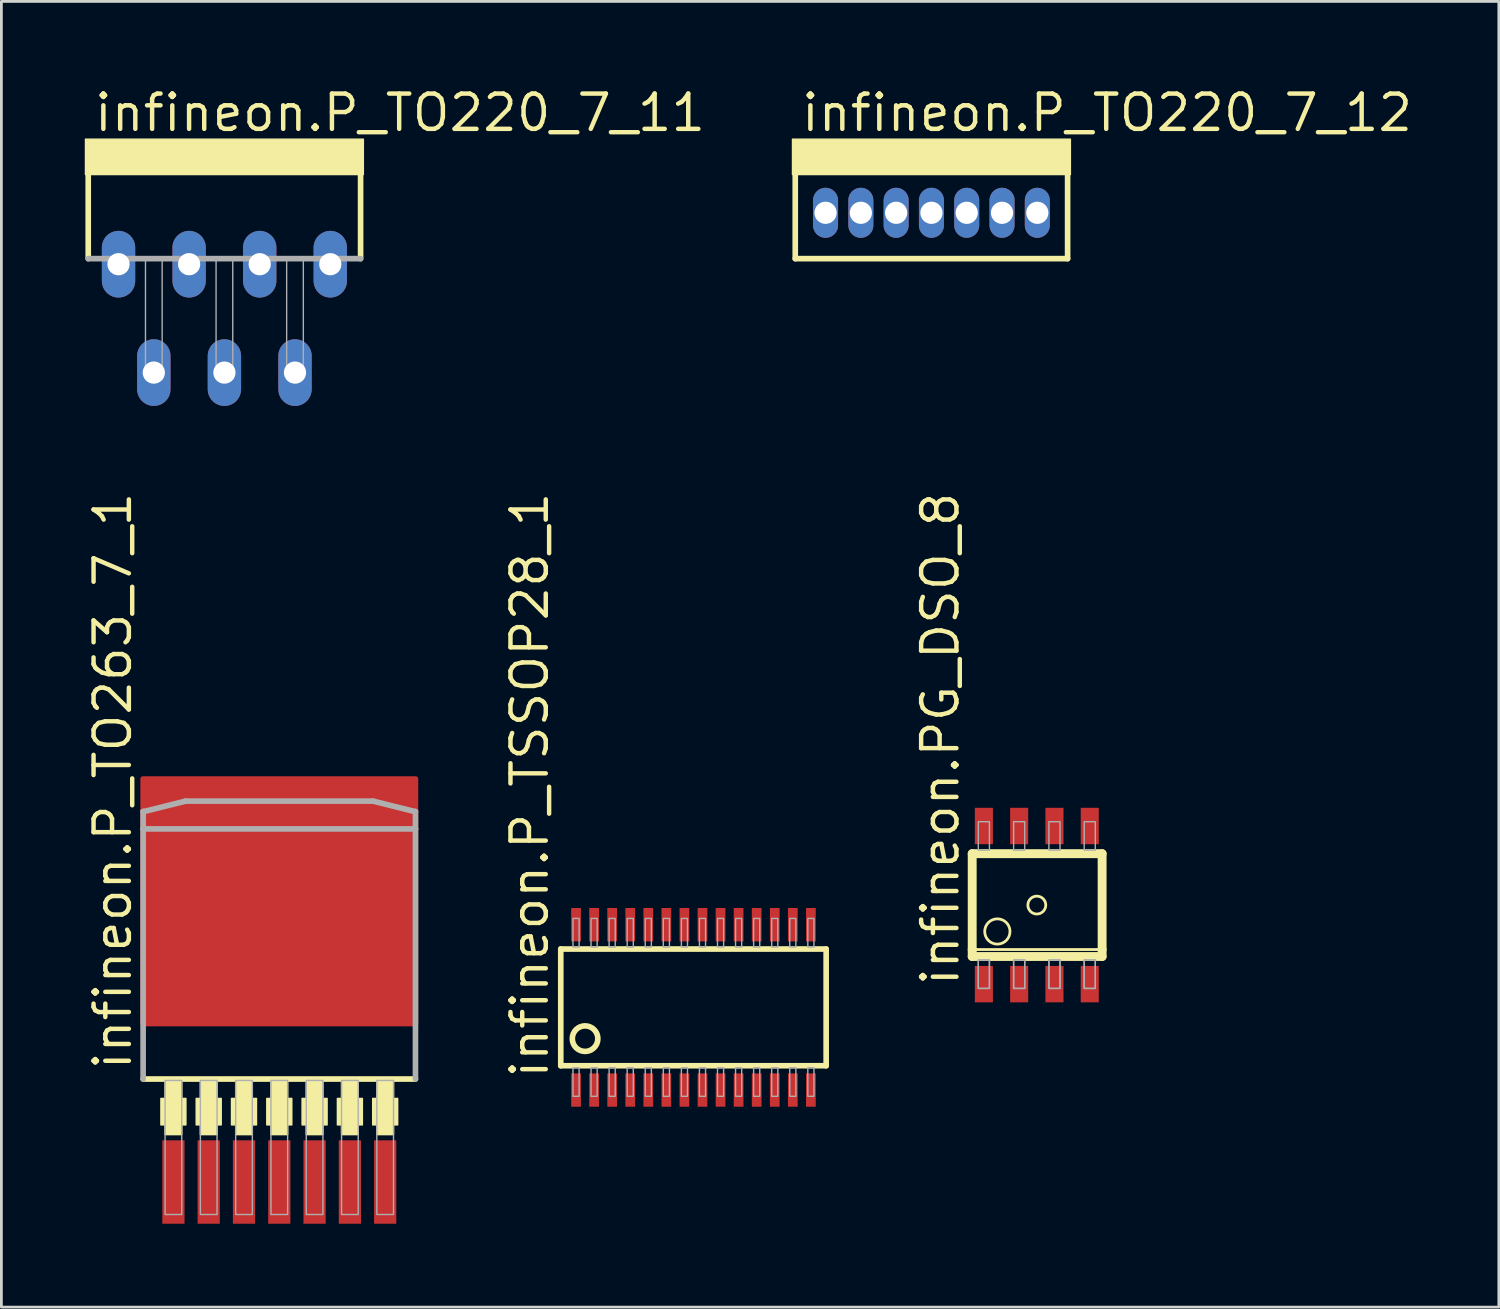
<source format=kicad_pcb>
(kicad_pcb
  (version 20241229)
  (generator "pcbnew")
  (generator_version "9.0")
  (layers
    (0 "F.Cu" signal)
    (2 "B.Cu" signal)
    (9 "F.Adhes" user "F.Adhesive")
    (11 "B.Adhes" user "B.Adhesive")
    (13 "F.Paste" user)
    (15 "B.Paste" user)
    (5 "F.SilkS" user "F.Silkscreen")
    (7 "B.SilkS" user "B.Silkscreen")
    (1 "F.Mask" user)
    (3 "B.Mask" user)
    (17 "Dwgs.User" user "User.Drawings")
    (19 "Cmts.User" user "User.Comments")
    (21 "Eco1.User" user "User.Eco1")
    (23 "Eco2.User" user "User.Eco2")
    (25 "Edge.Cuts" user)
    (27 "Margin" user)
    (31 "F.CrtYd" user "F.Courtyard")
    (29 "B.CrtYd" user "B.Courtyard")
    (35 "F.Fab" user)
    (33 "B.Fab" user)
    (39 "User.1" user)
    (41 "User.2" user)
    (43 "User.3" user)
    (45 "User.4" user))
  (footprint "infineon.P_TSSOP28_1"
    (layer "F.Cu")
    (at 21.903 33.199)
    (property "Reference" "infineon.P_TSSOP28_1" (at -5.151 2.63 90) (layer "F.SilkS") (effects (font (size 1.27 1.27) (thickness 0.16)) (justify left bottom)))
    (attr smd)
    (fp_line (start -4.775 -2.1) (end -4.775 2.1) (stroke (width 0.203) (type default)) (layer "F.SilkS"))
    (fp_line (start -4.775 2.1) (end 4.775 2.1) (stroke (width 0.203) (type default)) (layer "F.SilkS"))
    (fp_line (start 4.775 -2.1) (end -4.775 -2.1) (stroke (width 0.203) (type default)) (layer "F.SilkS"))
    (fp_line (start 4.775 2.1) (end 4.775 -2.1) (stroke (width 0.203) (type default)) (layer "F.SilkS"))
    (fp_circle (center -3.9 1.125) (end -3.44 1.125) (stroke (width 0.203) (type default)) (fill no) (layer "F.SilkS"))
    (fp_rect (start -4.335 -2.17) (end -4.115 -3.2) (stroke (width 0.05) (type default)) (fill no) (layer "F.Fab"))
    (fp_rect (start -4.335 3.2) (end -4.115 2.17) (stroke (width 0.05) (type default)) (fill no) (layer "F.Fab"))
    (fp_rect (start -3.685 -2.17) (end -3.465 -3.2) (stroke (width 0.05) (type default)) (fill no) (layer "F.Fab"))
    (fp_rect (start -3.685 3.2) (end -3.465 2.17) (stroke (width 0.05) (type default)) (fill no) (layer "F.Fab"))
    (fp_rect (start -3.035 -2.17) (end -2.815 -3.2) (stroke (width 0.05) (type default)) (fill no) (layer "F.Fab"))
    (fp_rect (start -3.035 3.2) (end -2.815 2.17) (stroke (width 0.05) (type default)) (fill no) (layer "F.Fab"))
    (fp_rect (start -2.385 -2.17) (end -2.165 -3.2) (stroke (width 0.05) (type default)) (fill no) (layer "F.Fab"))
    (fp_rect (start -2.385 3.2) (end -2.165 2.17) (stroke (width 0.05) (type default)) (fill no) (layer "F.Fab"))
    (fp_rect (start -1.735 -2.17) (end -1.515 -3.2) (stroke (width 0.05) (type default)) (fill no) (layer "F.Fab"))
    (fp_rect (start -1.735 3.2) (end -1.515 2.17) (stroke (width 0.05) (type default)) (fill no) (layer "F.Fab"))
    (fp_rect (start -1.085 -2.17) (end -0.865 -3.2) (stroke (width 0.05) (type default)) (fill no) (layer "F.Fab"))
    (fp_rect (start -1.085 3.2) (end -0.865 2.17) (stroke (width 0.05) (type default)) (fill no) (layer "F.Fab"))
    (fp_rect (start -0.435 -2.17) (end -0.215 -3.2) (stroke (width 0.05) (type default)) (fill no) (layer "F.Fab"))
    (fp_rect (start -0.435 3.2) (end -0.215 2.17) (stroke (width 0.05) (type default)) (fill no) (layer "F.Fab"))
    (fp_rect (start 0.215 -2.17) (end 0.435 -3.2) (stroke (width 0.05) (type default)) (fill no) (layer "F.Fab"))
    (fp_rect (start 0.215 3.2) (end 0.435 2.17) (stroke (width 0.05) (type default)) (fill no) (layer "F.Fab"))
    (fp_rect (start 0.865 -2.17) (end 1.085 -3.2) (stroke (width 0.05) (type default)) (fill no) (layer "F.Fab"))
    (fp_rect (start 0.865 3.2) (end 1.085 2.17) (stroke (width 0.05) (type default)) (fill no) (layer "F.Fab"))
    (fp_rect (start 1.515 -2.17) (end 1.735 -3.2) (stroke (width 0.05) (type default)) (fill no) (layer "F.Fab"))
    (fp_rect (start 1.515 3.2) (end 1.735 2.17) (stroke (width 0.05) (type default)) (fill no) (layer "F.Fab"))
    (fp_rect (start 2.165 -2.17) (end 2.385 -3.2) (stroke (width 0.05) (type default)) (fill no) (layer "F.Fab"))
    (fp_rect (start 2.165 3.2) (end 2.385 2.17) (stroke (width 0.05) (type default)) (fill no) (layer "F.Fab"))
    (fp_rect (start 2.815 -2.17) (end 3.035 -3.2) (stroke (width 0.05) (type default)) (fill no) (layer "F.Fab"))
    (fp_rect (start 2.815 3.2) (end 3.035 2.17) (stroke (width 0.05) (type default)) (fill no) (layer "F.Fab"))
    (fp_rect (start 3.465 -2.17) (end 3.685 -3.2) (stroke (width 0.05) (type default)) (fill no) (layer "F.Fab"))
    (fp_rect (start 3.465 3.2) (end 3.685 2.17) (stroke (width 0.05) (type default)) (fill no) (layer "F.Fab"))
    (fp_rect (start 4.115 -2.17) (end 4.335 -3.2) (stroke (width 0.05) (type default)) (fill no) (layer "F.Fab"))
    (fp_rect (start 4.115 3.2) (end 4.335 2.17) (stroke (width 0.05) (type default)) (fill no) (layer "F.Fab"))
    (pad "1" smd roundrect (at -4.225 2.975) (size 0.35 1.2) (layers "F.Cu" "F.Mask" "F.Paste") (roundrect_rratio 0.01))
    (pad "2" smd roundrect (at -3.575 2.975) (size 0.35 1.2) (layers "F.Cu" "F.Mask" "F.Paste") (roundrect_rratio 0.01))
    (pad "3" smd roundrect (at -2.925 2.975) (size 0.35 1.2) (layers "F.Cu" "F.Mask" "F.Paste") (roundrect_rratio 0.01))
    (pad "4" smd roundrect (at -2.275 2.975) (size 0.35 1.2) (layers "F.Cu" "F.Mask" "F.Paste") (roundrect_rratio 0.01))
    (pad "5" smd roundrect (at -1.625 2.975) (size 0.35 1.2) (layers "F.Cu" "F.Mask" "F.Paste") (roundrect_rratio 0.01))
    (pad "6" smd roundrect (at -0.975 2.975) (size 0.35 1.2) (layers "F.Cu" "F.Mask" "F.Paste") (roundrect_rratio 0.01))
    (pad "7" smd roundrect (at -0.325 2.975) (size 0.35 1.2) (layers "F.Cu" "F.Mask" "F.Paste") (roundrect_rratio 0.01))
    (pad "8" smd roundrect (at 0.325 2.975) (size 0.35 1.2) (layers "F.Cu" "F.Mask" "F.Paste") (roundrect_rratio 0.01))
    (pad "9" smd roundrect (at 0.975 2.975) (size 0.35 1.2) (layers "F.Cu" "F.Mask" "F.Paste") (roundrect_rratio 0.01))
    (pad "10" smd roundrect (at 1.625 2.975) (size 0.35 1.2) (layers "F.Cu" "F.Mask" "F.Paste") (roundrect_rratio 0.01))
    (pad "11" smd roundrect (at 2.275 2.975) (size 0.35 1.2) (layers "F.Cu" "F.Mask" "F.Paste") (roundrect_rratio 0.01))
    (pad "12" smd roundrect (at 2.925 2.975) (size 0.35 1.2) (layers "F.Cu" "F.Mask" "F.Paste") (roundrect_rratio 0.01))
    (pad "13" smd roundrect (at 3.575 2.975) (size 0.35 1.2) (layers "F.Cu" "F.Mask" "F.Paste") (roundrect_rratio 0.01))
    (pad "14" smd roundrect (at 4.225 2.975) (size 0.35 1.2) (layers "F.Cu" "F.Mask" "F.Paste") (roundrect_rratio 0.01))
    (pad "15" smd roundrect (at 4.225 -2.975) (size 0.35 1.2) (layers "F.Cu" "F.Mask" "F.Paste") (roundrect_rratio 0.01))
    (pad "16" smd roundrect (at 3.575 -2.975) (size 0.35 1.2) (layers "F.Cu" "F.Mask" "F.Paste") (roundrect_rratio 0.01))
    (pad "17" smd roundrect (at 2.925 -2.975) (size 0.35 1.2) (layers "F.Cu" "F.Mask" "F.Paste") (roundrect_rratio 0.01))
    (pad "18" smd roundrect (at 2.275 -2.975) (size 0.35 1.2) (layers "F.Cu" "F.Mask" "F.Paste") (roundrect_rratio 0.01))
    (pad "19" smd roundrect (at 1.625 -2.975) (size 0.35 1.2) (layers "F.Cu" "F.Mask" "F.Paste") (roundrect_rratio 0.01))
    (pad "20" smd roundrect (at 0.975 -2.975) (size 0.35 1.2) (layers "F.Cu" "F.Mask" "F.Paste") (roundrect_rratio 0.01))
    (pad "21" smd roundrect (at 0.325 -2.975) (size 0.35 1.2) (layers "F.Cu" "F.Mask" "F.Paste") (roundrect_rratio 0.01))
    (pad "22" smd roundrect (at -0.325 -2.975) (size 0.35 1.2) (layers "F.Cu" "F.Mask" "F.Paste") (roundrect_rratio 0.01))
    (pad "23" smd roundrect (at -0.975 -2.975) (size 0.35 1.2) (layers "F.Cu" "F.Mask" "F.Paste") (roundrect_rratio 0.01))
    (pad "24" smd roundrect (at -1.625 -2.975) (size 0.35 1.2) (layers "F.Cu" "F.Mask" "F.Paste") (roundrect_rratio 0.01))
    (pad "25" smd roundrect (at -2.275 -2.975) (size 0.35 1.2) (layers "F.Cu" "F.Mask" "F.Paste") (roundrect_rratio 0.01))
    (pad "26" smd roundrect (at -2.925 -2.975) (size 0.35 1.2) (layers "F.Cu" "F.Mask" "F.Paste") (roundrect_rratio 0.01))
    (pad "27" smd roundrect (at -3.575 -2.975) (size 0.35 1.2) (layers "F.Cu" "F.Mask" "F.Paste") (roundrect_rratio 0.01))
    (pad "28" smd roundrect (at -4.225 -2.975) (size 0.35 1.2) (layers "F.Cu" "F.Mask" "F.Paste") (roundrect_rratio 0.01)))
  (footprint "infineon.PG_DSO_8"
    (layer "F.Cu")
    (at 34.258 29.518)
    (property "Reference" "infineon.PG_DSO_8" (at -2.729 2.985 90) (layer "F.SilkS") (effects (font (size 1.27 1.27) (thickness 0.16)) (justify left bottom)))
    (attr smd)
    (fp_line (start -2.325 -1.85) (end 2.35 -1.85) (stroke (width 0.32) (type default)) (layer "F.SilkS"))
    (fp_line (start -2.325 1.6) (end -2.325 -1.85) (stroke (width 0.32) (type default)) (layer "F.SilkS"))
    (fp_line (start -2.325 1.85) (end -2.325 1.6) (stroke (width 0.32) (type default)) (layer "F.SilkS"))
    (fp_line (start 2.35 -1.85) (end 2.35 1.6) (stroke (width 0.32) (type default)) (layer "F.SilkS"))
    (fp_line (start 2.35 1.6) (end -2.325 1.6) (stroke (width 0.1) (type default)) (layer "F.SilkS"))
    (fp_line (start 2.35 1.6) (end 2.35 1.85) (stroke (width 0.32) (type default)) (layer "F.SilkS"))
    (fp_line (start 2.35 1.85) (end -2.325 1.85) (stroke (width 0.32) (type default)) (layer "F.SilkS"))
    (fp_circle (center -1.42 0.95) (end -0.965 0.95) (stroke (width 0.1) (type default)) (fill no) (layer "F.SilkS"))
    (fp_circle (center 0 0) (end 0.322 0) (stroke (width 0.1) (type default)) (fill no) (layer "F.SilkS"))
    (fp_rect (start -2.105 -1.975) (end -1.705 -3) (stroke (width 0.05) (type default)) (fill no) (layer "F.Fab"))
    (fp_rect (start -2.105 3) (end -1.705 1.975) (stroke (width 0.05) (type default)) (fill no) (layer "F.Fab"))
    (fp_rect (start -2.105 3) (end -1.705 1.975) (stroke (width 0.05) (type default)) (fill no) (layer "F.Fab"))
    (fp_rect (start -0.835 -1.975) (end -0.435 -3) (stroke (width 0.05) (type default)) (fill no) (layer "F.Fab"))
    (fp_rect (start -0.835 3) (end -0.435 1.975) (stroke (width 0.05) (type default)) (fill no) (layer "F.Fab"))
    (fp_rect (start -0.835 3) (end -0.435 1.975) (stroke (width 0.05) (type default)) (fill no) (layer "F.Fab"))
    (fp_rect (start 0.435 -1.975) (end 0.835 -3) (stroke (width 0.05) (type default)) (fill no) (layer "F.Fab"))
    (fp_rect (start 0.435 3) (end 0.835 1.975) (stroke (width 0.05) (type default)) (fill no) (layer "F.Fab"))
    (fp_rect (start 0.435 3) (end 0.835 1.975) (stroke (width 0.05) (type default)) (fill no) (layer "F.Fab"))
    (fp_rect (start 1.705 -1.975) (end 2.105 -3) (stroke (width 0.05) (type default)) (fill no) (layer "F.Fab"))
    (fp_rect (start 1.705 3) (end 2.105 1.975) (stroke (width 0.05) (type default)) (fill no) (layer "F.Fab"))
    (fp_rect (start 1.705 3) (end 2.105 1.975) (stroke (width 0.05) (type default)) (fill no) (layer "F.Fab"))
    (pad "1" smd roundrect (at -1.905 2.845) (size 0.65 1.31) (layers "F.Cu" "F.Mask" "F.Paste") (roundrect_rratio 0.01))
    (pad "2" smd roundrect (at -0.635 2.845) (size 0.65 1.31) (layers "F.Cu" "F.Mask" "F.Paste") (roundrect_rratio 0.01))
    (pad "3" smd roundrect (at 0.635 2.845) (size 0.65 1.31) (layers "F.Cu" "F.Mask" "F.Paste") (roundrect_rratio 0.01))
    (pad "4" smd roundrect (at 1.905 2.845) (size 0.65 1.31) (layers "F.Cu" "F.Mask" "F.Paste") (roundrect_rratio 0.01))
    (pad "5" smd roundrect (at 1.905 -2.845 180) (size 0.65 1.31) (layers "F.Cu" "F.Mask" "F.Paste") (roundrect_rratio 0.01))
    (pad "6" smd roundrect (at 0.635 -2.845 180) (size 0.65 1.31) (layers "F.Cu" "F.Mask" "F.Paste") (roundrect_rratio 0.01))
    (pad "7" smd roundrect (at -0.635 -2.845 180) (size 0.65 1.31) (layers "F.Cu" "F.Mask" "F.Paste") (roundrect_rratio 0.01))
    (pad "8" smd roundrect (at -1.905 -2.845 180) (size 0.65 1.31) (layers "F.Cu" "F.Mask" "F.Paste") (roundrect_rratio 0.01)))
  (footprint "infineon.P_TO220_7_11"
    (layer "F.Cu")
    (at 5.025 4.607)
    (property "Reference" "infineon.P_TO220_7_11" (at -4.763 -2.857 0) (layer "F.SilkS") (effects (font (size 1.27 1.27) (thickness 0.16)) (justify left bottom)))
    (attr through_hole)
    (fp_line (start -4.9 -1.4) (end -4.9 1.65) (stroke (width 0.203) (type default)) (layer "F.SilkS"))
    (fp_line (start 4.9 1.65) (end 4.9 -1.4) (stroke (width 0.203) (type default)) (layer "F.SilkS"))
    (fp_rect (start -5 -1.375) (end 5 -2.65) (stroke (width 0.05) (type default)) (fill yes) (layer "F.SilkS"))
    (fp_line (start -4.9 1.65) (end 4.9 1.65) (stroke (width 0.203) (type default)) (layer "F.Fab"))
    (fp_rect (start -4.11 2.075) (end -3.51 1.587) (stroke (width 0.05) (type default)) (fill no) (layer "F.Fab"))
    (fp_rect (start -2.84 5.975) (end -2.24 1.587) (stroke (width 0.05) (type default)) (fill no) (layer "F.Fab"))
    (fp_rect (start -1.57 2.075) (end -0.97 1.587) (stroke (width 0.05) (type default)) (fill no) (layer "F.Fab"))
    (fp_rect (start -0.3 5.975) (end 0.3 1.587) (stroke (width 0.05) (type default)) (fill no) (layer "F.Fab"))
    (fp_rect (start 0.97 2.075) (end 1.57 1.587) (stroke (width 0.05) (type default)) (fill no) (layer "F.Fab"))
    (fp_rect (start 2.24 5.975) (end 2.84 1.587) (stroke (width 0.05) (type default)) (fill no) (layer "F.Fab"))
    (fp_rect (start 3.51 2.075) (end 4.11 1.587) (stroke (width 0.05) (type default)) (fill no) (layer "F.Fab"))
    (pad "1" thru_hole oval (at -3.81 1.85 90) (size 2.4 1.2) (drill 0.8) (layers "*.Cu" "*.Mask"))
    (pad "2" thru_hole oval (at -2.54 5.75 90) (size 2.4 1.2) (drill 0.8) (layers "*.Cu" "*.Mask"))
    (pad "3" thru_hole oval (at -1.27 1.85 90) (size 2.4 1.2) (drill 0.8) (layers "*.Cu" "*.Mask"))
    (pad "4" thru_hole oval (at 0 5.75 90) (size 2.4 1.2) (drill 0.8) (layers "*.Cu" "*.Mask"))
    (pad "5" thru_hole oval (at 1.27 1.85 90) (size 2.4 1.2) (drill 0.8) (layers "*.Cu" "*.Mask"))
    (pad "6" thru_hole oval (at 2.54 5.75 90) (size 2.4 1.2) (drill 0.8) (layers "*.Cu" "*.Mask"))
    (pad "7" thru_hole oval (at 3.81 1.85 90) (size 2.4 1.2) (drill 0.8) (layers "*.Cu" "*.Mask")))
  (footprint "infineon.P_TO263_7_1"
    (layer "F.Cu")
    (at 7 30.277)
    (property "Reference" "infineon.P_TO263_7_1" (at -5.25 5.25 90) (layer "F.SilkS") (effects (font (size 1.27 1.27) (thickness 0.16)) (justify left bottom)))
    (attr smd)
    (fp_line (start -4.9 5.5) (end 4.9 5.5) (stroke (width 0.203) (type default)) (layer "F.SilkS"))
    (fp_rect (start -4.26 7.15) (end -3.36 6.197) (stroke (width 0.05) (type default)) (fill yes) (layer "F.SilkS"))
    (fp_rect (start -4.11 7.5) (end -3.51 5.55) (stroke (width 0.05) (type default)) (fill yes) (layer "F.SilkS"))
    (fp_rect (start -2.99 7.15) (end -2.09 6.197) (stroke (width 0.05) (type default)) (fill yes) (layer "F.SilkS"))
    (fp_rect (start -2.84 7.5) (end -2.24 5.55) (stroke (width 0.05) (type default)) (fill yes) (layer "F.SilkS"))
    (fp_rect (start -1.72 7.15) (end -0.82 6.197) (stroke (width 0.05) (type default)) (fill yes) (layer "F.SilkS"))
    (fp_rect (start -1.57 7.5) (end -0.97 5.55) (stroke (width 0.05) (type default)) (fill yes) (layer "F.SilkS"))
    (fp_rect (start -0.45 7.15) (end 0.45 6.197) (stroke (width 0.05) (type default)) (fill yes) (layer "F.SilkS"))
    (fp_rect (start -0.3 7.5) (end 0.3 5.55) (stroke (width 0.05) (type default)) (fill yes) (layer "F.SilkS"))
    (fp_rect (start 0.82 7.15) (end 1.72 6.197) (stroke (width 0.05) (type default)) (fill yes) (layer "F.SilkS"))
    (fp_rect (start 0.97 7.5) (end 1.57 5.55) (stroke (width 0.05) (type default)) (fill yes) (layer "F.SilkS"))
    (fp_rect (start 2.09 7.15) (end 2.99 6.197) (stroke (width 0.05) (type default)) (fill yes) (layer "F.SilkS"))
    (fp_rect (start 2.24 7.5) (end 2.84 5.55) (stroke (width 0.05) (type default)) (fill yes) (layer "F.SilkS"))
    (fp_rect (start 3.36 7.15) (end 4.26 6.197) (stroke (width 0.05) (type default)) (fill yes) (layer "F.SilkS"))
    (fp_rect (start 3.51 7.5) (end 4.11 5.55) (stroke (width 0.05) (type default)) (fill yes) (layer "F.SilkS"))
    (fp_line (start -4.9 -4.125) (end -4.9 -3.5) (stroke (width 0.203) (type default)) (layer "F.Fab"))
    (fp_line (start -4.9 -3.5) (end -4.9 5.5) (stroke (width 0.203) (type default)) (layer "F.Fab"))
    (fp_line (start -4.875 -4.125) (end -4.9 -4.125) (stroke (width 0.203) (type default)) (layer "F.Fab"))
    (fp_line (start -3.375 -4.5) (end -4.875 -4.125) (stroke (width 0.203) (type default)) (layer "F.Fab"))
    (fp_line (start 3.375 -4.5) (end -3.375 -4.5) (stroke (width 0.203) (type default)) (layer "F.Fab"))
    (fp_line (start 4.875 -4.125) (end 3.375 -4.5) (stroke (width 0.203) (type default)) (layer "F.Fab"))
    (fp_line (start 4.9 -4.125) (end 4.875 -4.125) (stroke (width 0.203) (type default)) (layer "F.Fab"))
    (fp_line (start 4.9 -3.5) (end -4.9 -3.5) (stroke (width 0.203) (type default)) (layer "F.Fab"))
    (fp_line (start 4.9 -3.5) (end 4.9 -4.125) (stroke (width 0.203) (type default)) (layer "F.Fab"))
    (fp_line (start 4.9 5.5) (end 4.9 -3.5) (stroke (width 0.203) (type default)) (layer "F.Fab"))
    (fp_rect (start -4.11 10.375) (end -3.51 5.55) (stroke (width 0.05) (type default)) (fill no) (layer "F.Fab"))
    (fp_rect (start -2.84 10.375) (end -2.24 5.55) (stroke (width 0.05) (type default)) (fill no) (layer "F.Fab"))
    (fp_rect (start -1.57 10.375) (end -0.97 5.55) (stroke (width 0.05) (type default)) (fill no) (layer "F.Fab"))
    (fp_rect (start -0.3 10.375) (end 0.3 5.55) (stroke (width 0.05) (type default)) (fill no) (layer "F.Fab"))
    (fp_rect (start 0.97 10.375) (end 1.57 5.55) (stroke (width 0.05) (type default)) (fill no) (layer "F.Fab"))
    (fp_rect (start 2.24 10.375) (end 2.84 5.55) (stroke (width 0.05) (type default)) (fill no) (layer "F.Fab"))
    (fp_rect (start 3.51 10.375) (end 4.11 5.55) (stroke (width 0.05) (type default)) (fill no) (layer "F.Fab"))
    (pad "1" smd roundrect (at -3.81 9.207) (size 0.8 3) (layers "F.Cu" "F.Mask" "F.Paste") (roundrect_rratio 0.01))
    (pad "2" smd roundrect (at -2.54 9.207) (size 0.8 3) (layers "F.Cu" "F.Mask" "F.Paste") (roundrect_rratio 0.01))
    (pad "3" smd roundrect (at -1.27 9.207) (size 0.8 3) (layers "F.Cu" "F.Mask" "F.Paste") (roundrect_rratio 0.01))
    (pad "4" smd roundrect (at 0 9.207) (size 0.8 3) (layers "F.Cu" "F.Mask" "F.Paste") (roundrect_rratio 0.01))
    (pad "5" smd roundrect (at 1.27 9.207) (size 0.8 3) (layers "F.Cu" "F.Mask" "F.Paste") (roundrect_rratio 0.01))
    (pad "6" smd roundrect (at 2.54 9.207) (size 0.8 3) (layers "F.Cu" "F.Mask" "F.Paste") (roundrect_rratio 0.01))
    (pad "7" smd roundrect (at 3.81 9.207) (size 0.8 3) (layers "F.Cu" "F.Mask" "F.Paste") (roundrect_rratio 0.01))
    (pad "8" smd roundrect (at 0 -0.895) (size 10 9) (layers "F.Cu" "F.Mask" "F.Paste") (roundrect_rratio 0.01)))
  (footprint "infineon.P_TO220_7_12"
    (layer "F.Cu")
    (at 30.466 4.607)
    (property "Reference" "infineon.P_TO220_7_12" (at -4.763 -2.857 0) (layer "F.SilkS") (effects (font (size 1.27 1.27) (thickness 0.16)) (justify left bottom)))
    (attr through_hole)
    (fp_line (start -4.9 -1.4) (end -4.9 1.65) (stroke (width 0.203) (type default)) (layer "F.SilkS"))
    (fp_line (start -4.9 1.65) (end 4.9 1.65) (stroke (width 0.203) (type default)) (layer "F.SilkS"))
    (fp_line (start 4.9 1.65) (end 4.9 -1.4) (stroke (width 0.203) (type default)) (layer "F.SilkS"))
    (fp_rect (start -5 -1.375) (end 5 -2.65) (stroke (width 0.05) (type default)) (fill yes) (layer "F.SilkS"))
    (pad "1" thru_hole oval (at -3.81 0 90) (size 1.8 0.9) (drill 0.8) (layers "*.Cu" "*.Mask"))
    (pad "2" thru_hole oval (at -2.54 0 90) (size 1.8 0.9) (drill 0.8) (layers "*.Cu" "*.Mask"))
    (pad "3" thru_hole oval (at -1.27 0 90) (size 1.8 0.9) (drill 0.8) (layers "*.Cu" "*.Mask"))
    (pad "4" thru_hole oval (at 0 0 90) (size 1.8 0.9) (drill 0.8) (layers "*.Cu" "*.Mask"))
    (pad "5" thru_hole oval (at 1.27 0 90) (size 1.8 0.9) (drill 0.8) (layers "*.Cu" "*.Mask"))
    (pad "6" thru_hole oval (at 2.54 0 90) (size 1.8 0.9) (drill 0.8) (layers "*.Cu" "*.Mask"))
    (pad "7" thru_hole oval (at 3.81 0 90) (size 1.8 0.9) (drill 0.8) (layers "*.Cu" "*.Mask")))
  (gr_rect
    (start -3 -3)
    (end 50.883 43.984)
    (stroke (width 0.1) (type default))
    (fill no)
    (layer "Edge.Cuts")))
</source>
